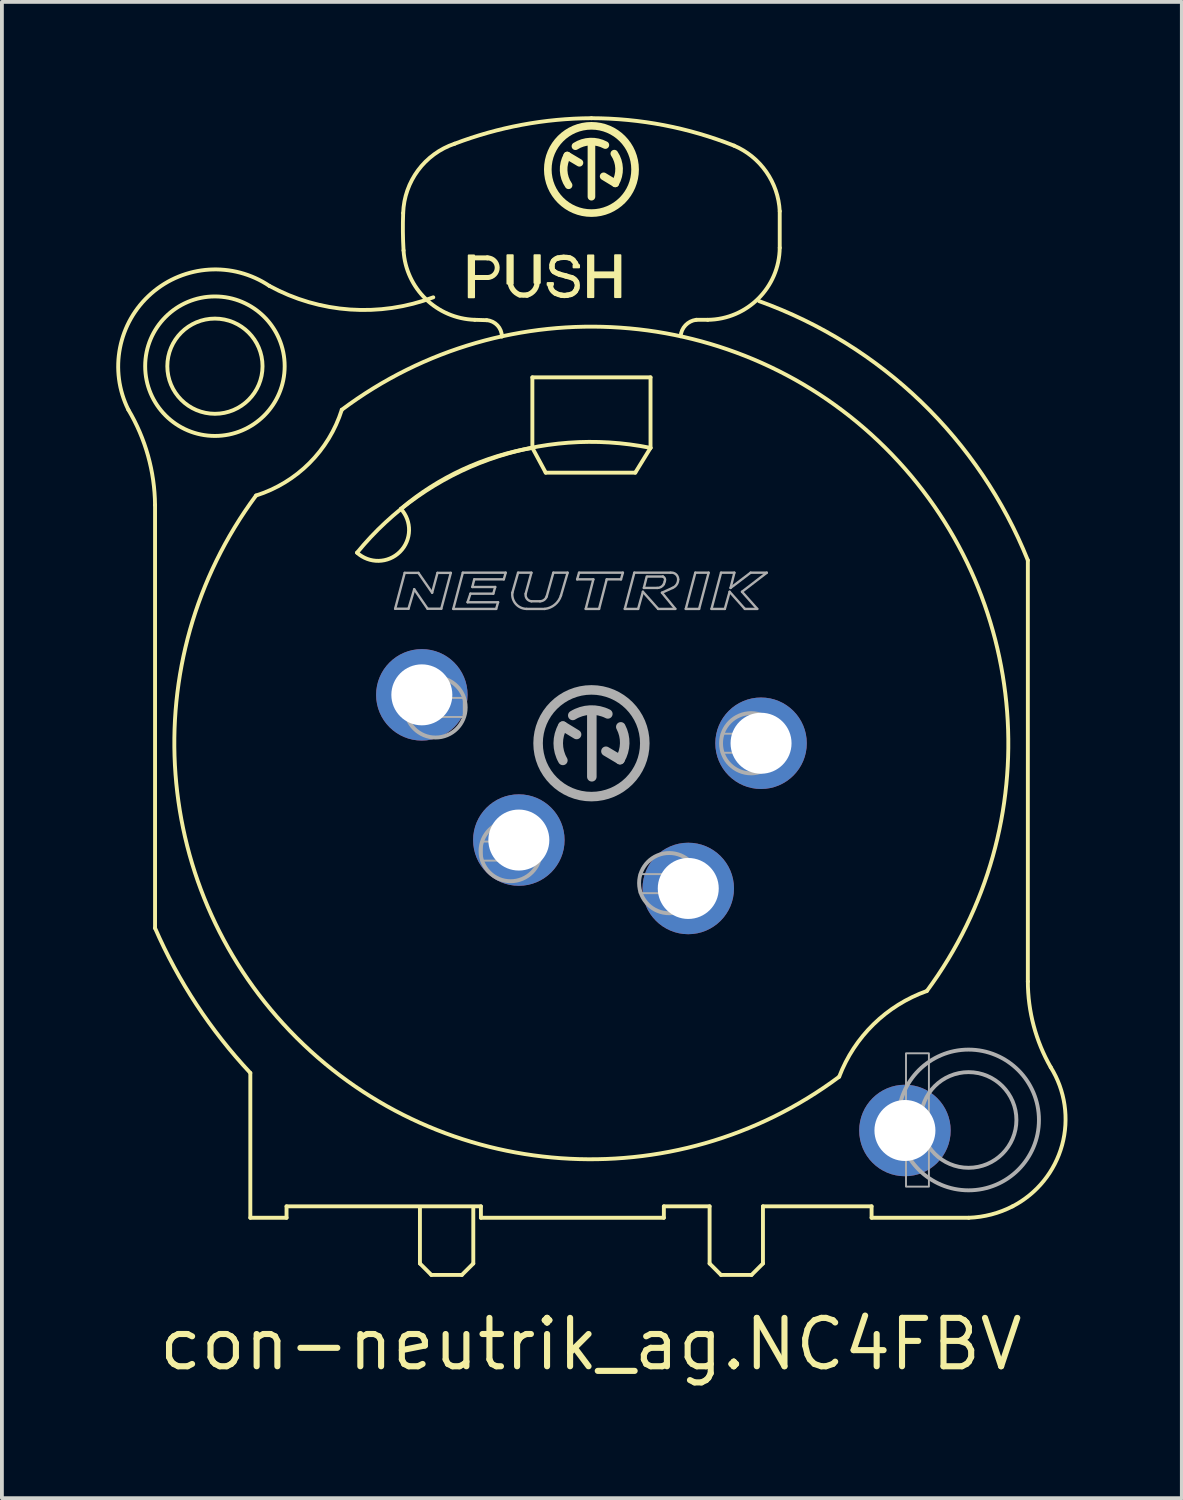
<source format=kicad_pcb>
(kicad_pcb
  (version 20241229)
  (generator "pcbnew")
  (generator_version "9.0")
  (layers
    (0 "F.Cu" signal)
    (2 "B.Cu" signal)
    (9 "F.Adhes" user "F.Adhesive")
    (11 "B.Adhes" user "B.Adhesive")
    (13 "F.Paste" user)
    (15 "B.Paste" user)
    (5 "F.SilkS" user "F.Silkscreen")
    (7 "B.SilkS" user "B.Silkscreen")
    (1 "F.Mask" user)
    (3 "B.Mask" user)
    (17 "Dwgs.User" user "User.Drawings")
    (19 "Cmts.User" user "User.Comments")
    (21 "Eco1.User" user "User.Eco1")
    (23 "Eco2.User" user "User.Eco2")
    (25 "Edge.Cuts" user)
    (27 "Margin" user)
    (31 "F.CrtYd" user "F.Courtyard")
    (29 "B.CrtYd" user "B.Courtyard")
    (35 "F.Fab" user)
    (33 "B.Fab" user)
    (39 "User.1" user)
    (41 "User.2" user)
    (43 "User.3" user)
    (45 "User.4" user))
  (footprint "con-neutrik_ag.NC4FBV"
    (layer "F.Cu")
    (at 12.468 16.451)
    (property "Reference" "con-neutrik_ag.NC4FBV" (at -11.43 16.51 0) (layer "F.SilkS") (effects (font (size 1.27 1.27) (thickness 0.16)) (justify left bottom)))
    (attr through_hole)
    (fp_line (start -11.45 -6.25) (end -11.45 4.85) (stroke (width 0.102) (type default)) (layer "F.SilkS"))
    (fp_line (start -8.95 8.65) (end -8.95 12.45) (stroke (width 0.102) (type default)) (layer "F.SilkS"))
    (fp_line (start -8.95 12.45) (end -8 12.45) (stroke (width 0.102) (type default)) (layer "F.SilkS"))
    (fp_line (start -8 12.15) (end -2.9 12.15) (stroke (width 0.102) (type default)) (layer "F.SilkS"))
    (fp_line (start -8 12.45) (end -8 12.15) (stroke (width 0.102) (type default)) (layer "F.SilkS"))
    (fp_line (start -4.5 12.2) (end -4.5 13.65) (stroke (width 0.102) (type default)) (layer "F.SilkS"))
    (fp_line (start -4.5 13.65) (end -4.2 13.95) (stroke (width 0.102) (type default)) (layer "F.SilkS"))
    (fp_line (start -4.2 13.95) (end -3.4 13.95) (stroke (width 0.102) (type default)) (layer "F.SilkS"))
    (fp_line (start -3.4 13.95) (end -3.1 13.65) (stroke (width 0.102) (type default)) (layer "F.SilkS"))
    (fp_line (start -3.13 -12.735) (end -2.73 -12.735) (stroke (width 0.13) (type default)) (layer "F.SilkS"))
    (fp_line (start -3.1 13.65) (end -3.1 12.2) (stroke (width 0.102) (type default)) (layer "F.SilkS"))
    (fp_line (start -2.9 12.15) (end -2.9 12.45) (stroke (width 0.102) (type default)) (layer "F.SilkS"))
    (fp_line (start -2.9 12.45) (end 1.9 12.45) (stroke (width 0.102) (type default)) (layer "F.SilkS"))
    (fp_line (start -2.75 -11.1) (end -3.06 -11.11) (stroke (width 0.102) (type default)) (layer "F.SilkS"))
    (fp_line (start -2.72 -12.22) (end -3.11 -12.22) (stroke (width 0.13) (type default)) (layer "F.SilkS"))
    (fp_line (start -1.55 -9.6) (end -1.55 -7.75) (stroke (width 0.102) (type default)) (layer "F.SilkS"))
    (fp_line (start -1.55 -7.75) (end -1.2 -7.1) (stroke (width 0.102) (type default)) (layer "F.SilkS"))
    (fp_line (start -1.2 -7.1) (end 1.15 -7.1) (stroke (width 0.102) (type default)) (layer "F.SilkS"))
    (fp_line (start -1.08 -12.01) (end -1.075 -11.985) (stroke (width 0.14) (type default)) (layer "F.SilkS"))
    (fp_line (start -0.315 -15.23) (end -0.635 -15.42) (stroke (width 0.2) (type default)) (layer "F.SilkS"))
    (fp_line (start 0 -14.34) (end 0 -15.73) (stroke (width 0.2) (type default)) (layer "F.SilkS"))
    (fp_line (start 0.32 -14.875) (end 0.625 -14.69) (stroke (width 0.2) (type default)) (layer "F.SilkS"))
    (fp_line (start 1.15 -7.1) (end 1.55 -7.75) (stroke (width 0.102) (type default)) (layer "F.SilkS"))
    (fp_line (start 1.55 -9.6) (end -1.55 -9.6) (stroke (width 0.102) (type default)) (layer "F.SilkS"))
    (fp_line (start 1.55 -7.75) (end 1.55 -9.6) (stroke (width 0.102) (type default)) (layer "F.SilkS"))
    (fp_line (start 1.9 12.15) (end 3.1 12.15) (stroke (width 0.102) (type default)) (layer "F.SilkS"))
    (fp_line (start 1.9 12.45) (end 1.9 12.15) (stroke (width 0.102) (type default)) (layer "F.SilkS"))
    (fp_line (start 3.1 12.15) (end 3.1 13.65) (stroke (width 0.102) (type default)) (layer "F.SilkS"))
    (fp_line (start 3.1 13.65) (end 3.4 13.95) (stroke (width 0.102) (type default)) (layer "F.SilkS"))
    (fp_line (start 3.4 13.95) (end 4.2 13.95) (stroke (width 0.102) (type default)) (layer "F.SilkS"))
    (fp_line (start 4.2 13.95) (end 4.5 13.65) (stroke (width 0.102) (type default)) (layer "F.SilkS"))
    (fp_line (start 4.5 12.15) (end 7.35 12.15) (stroke (width 0.102) (type default)) (layer "F.SilkS"))
    (fp_line (start 4.5 13.65) (end 4.5 12.15) (stroke (width 0.102) (type default)) (layer "F.SilkS"))
    (fp_line (start 4.94 -13.96) (end 4.94 -13) (stroke (width 0.102) (type default)) (layer "F.SilkS"))
    (fp_line (start 7.35 12.15) (end 7.35 12.45) (stroke (width 0.102) (type default)) (layer "F.SilkS"))
    (fp_line (start 7.35 12.45) (end 9.9 12.45) (stroke (width 0.102) (type default)) (layer "F.SilkS"))
    (fp_line (start 11.45 6.25) (end 11.45 -4.8) (stroke (width 0.102) (type default)) (layer "F.SilkS"))
    (fp_rect (start -3.22 -11.7) (end -3.08 -12.8) (stroke (width 0.05) (type default)) (fill yes) (layer "F.SilkS"))
    (fp_rect (start -2.205 -12.06) (end -2.065 -12.805) (stroke (width 0.05) (type default)) (fill yes) (layer "F.SilkS"))
    (fp_rect (start -1.495 -12.08) (end -1.355 -12.805) (stroke (width 0.05) (type default)) (fill yes) (layer "F.SilkS"))
    (fp_rect (start -1.15 -12.025) (end -1.01 -12.075) (stroke (width 0.05) (type default)) (fill yes) (layer "F.SilkS"))
    (fp_rect (start -0.47 -12.485) (end -0.325 -12.545) (stroke (width 0.05) (type default)) (fill yes) (layer "F.SilkS"))
    (fp_rect (start -0.09 -11.705) (end 0.05 -12.8) (stroke (width 0.05) (type default)) (fill yes) (layer "F.SilkS"))
    (fp_rect (start 0.035 -12.225) (end 0.64 -12.355) (stroke (width 0.05) (type default)) (fill yes) (layer "F.SilkS"))
    (fp_rect (start 0.62 -11.705) (end 0.76 -12.805) (stroke (width 0.05) (type default)) (fill yes) (layer "F.SilkS"))
    (fp_arc (start -12.15 -8.75) (mid -11.634641 -7.5463) (end -11.45 -6.25) (stroke (width 0.1016) (type default)) (layer "F.SilkS"))
    (fp_arc (start -12.15 -8.75) (mid -11.550563 -11.798718) (end -8.45 -12) (stroke (width 0.1016) (type default)) (layer "F.SilkS"))
    (fp_arc (start -8.95 8.65) (mid -10.362445 6.856872) (end -11.45 4.85) (stroke (width 0.1016) (type default)) (layer "F.SilkS"))
    (fp_arc (start -6.55 -8.75) (mid -7.399996 -7.349996) (end -8.8 -6.5) (stroke (width 0.1016) (type default)) (layer "F.SilkS"))
    (fp_arc (start -6.55 -8.75) (mid 7.709647 -7.752825) (end 8.8 6.5) (stroke (width 0.1016) (type default)) (layer "F.SilkS"))
    (fp_arc (start -6.15 -5) (mid -2.682297 -7.445431) (end 1.55 -7.75) (stroke (width 0.1016) (type default)) (layer "F.SilkS"))
    (fp_arc (start -5 -6.15) (mid -5.024457 -5.024457) (end -6.15 -5) (stroke (width 0.1016) (type default)) (layer "F.SilkS"))
    (fp_arc (start -5 -6.15) (mid -3.382475 -7.181744) (end -1.55 -7.75) (stroke (width 0.1016) (type default)) (layer "F.SilkS"))
    (fp_arc (start -4.94 -13.91) (mid -4.55018 -15.031535) (end -3.59 -15.73) (stroke (width 0.1016) (type default)) (layer "F.SilkS"))
    (fp_arc (start -4.93 -12.93) (mid -4.946992 -13.419878) (end -4.94 -13.91) (stroke (width 0.1016) (type default)) (layer "F.SilkS"))
    (fp_arc (start -4.15 -11.7) (mid -6.332781 -11.380141) (end -8.45 -12) (stroke (width 0.1016) (type default)) (layer "F.SilkS"))
    (fp_arc (start -3.59 -15.73) (mid -1.825069 -16.226116) (end 0 -16.4) (stroke (width 0.1016) (type default)) (layer "F.SilkS"))
    (fp_arc (start -3.06 -11.11) (mid -4.347878 -11.657427) (end -4.93 -12.93) (stroke (width 0.1016) (type default)) (layer "F.SilkS"))
    (fp_arc (start -2.75 -11.1) (mid -2.465454 -10.963647) (end -2.35 -10.67) (stroke (width 0.1016) (type default)) (layer "F.SilkS"))
    (fp_arc (start -2.73 -12.735) (mid -2.472451 -12.482404) (end -2.72 -12.22) (stroke (width 0.13) (type default)) (layer "F.SilkS"))
    (fp_arc (start -1.88 -11.765) (mid -2.064528 -11.907658) (end -2.135 -12.13) (stroke (width 0.14) (type default)) (layer "F.SilkS"))
    (fp_arc (start -1.69 -11.76) (mid -1.785118 -11.758012) (end -1.88 -11.765) (stroke (width 0.14) (type default)) (layer "F.SilkS"))
    (fp_arc (start -1.425 -12.13) (mid -1.491164 -11.897489) (end -1.69 -11.76) (stroke (width 0.14) (type default)) (layer "F.SilkS"))
    (fp_arc (start -1.035 -12.545) (mid -1.023242 -12.602997) (end -0.995 -12.655) (stroke (width 0.14) (type default)) (layer "F.SilkS"))
    (fp_arc (start -1.035 -12.475) (mid -1.035897 -12.51) (end -1.035 -12.545) (stroke (width 0.14) (type default)) (layer "F.SilkS"))
    (fp_arc (start -0.995 -12.655) (mid -0.944061 -12.70256) (end -0.88 -12.73) (stroke (width 0.14) (type default)) (layer "F.SilkS"))
    (fp_arc (start -0.98 -12.375) (mid -1.018985 -12.418684) (end -1.035 -12.475) (stroke (width 0.14) (type default)) (layer "F.SilkS"))
    (fp_arc (start -0.945 -11.81) (mid -1.029639 -11.882911) (end -1.075 -11.985) (stroke (width 0.14) (type default)) (layer "F.SilkS"))
    (fp_arc (start -0.88 -12.73) (mid -0.805495 -12.743715) (end -0.73 -12.75) (stroke (width 0.14) (type default)) (layer "F.SilkS"))
    (fp_arc (start -0.835 -12.305) (mid -0.910421 -12.33395) (end -0.98 -12.375) (stroke (width 0.14) (type default)) (layer "F.SilkS"))
    (fp_arc (start -0.785 -11.755) (mid -0.867193 -11.776119) (end -0.945 -11.81) (stroke (width 0.14) (type default)) (layer "F.SilkS"))
    (fp_arc (start -0.73 -12.75) (mid -0.654498 -12.747518) (end -0.58 -12.735) (stroke (width 0.14) (type default)) (layer "F.SilkS"))
    (fp_arc (start -0.67 -12.26) (mid -0.752692 -12.281798) (end -0.835 -12.305) (stroke (width 0.14) (type default)) (layer "F.SilkS"))
    (fp_arc (start -0.67 -12.26) (mid -0.592125 -12.238792) (end -0.515 -12.215) (stroke (width 0.14) (type default)) (layer "F.SilkS"))
    (fp_arc (start -0.635 -11.755) (mid -0.71 -11.748536) (end -0.785 -11.755) (stroke (width 0.14) (type default)) (layer "F.SilkS"))
    (fp_arc (start -0.6 -14.64) (mid -0.729533 -15.024973) (end -0.635 -15.42) (stroke (width 0.2) (type default)) (layer "F.SilkS"))
    (fp_arc (start -0.58 -12.735) (mid -0.525361 -12.712732) (end -0.48 -12.675) (stroke (width 0.14) (type default)) (layer "F.SilkS"))
    (fp_arc (start -0.545 -11.775) (mid -0.589766 -11.763948) (end -0.635 -11.755) (stroke (width 0.14) (type default)) (layer "F.SilkS"))
    (fp_arc (start -0.515 -12.215) (mid -0.43997 -12.171119) (end -0.39 -12.1) (stroke (width 0.14) (type default)) (layer "F.SilkS"))
    (fp_arc (start -0.48 -12.675) (mid -0.448393 -12.636205) (end -0.42 -12.595) (stroke (width 0.14) (type default)) (layer "F.SilkS"))
    (fp_arc (start -0.42 -15.665) (mid -0.031558 -15.786174) (end 0.365 -15.695) (stroke (width 0.2) (type default)) (layer "F.SilkS"))
    (fp_arc (start -0.42 -12.595) (mid -0.409614 -12.577721) (end -0.4 -12.56) (stroke (width 0.14) (type default)) (layer "F.SilkS"))
    (fp_arc (start -0.42 -11.865) (mid -0.474346 -11.808675) (end -0.545 -11.775) (stroke (width 0.14) (type default)) (layer "F.SilkS"))
    (fp_arc (start -0.39 -12.1) (mid -0.372108 -12.017966) (end -0.385 -11.935) (stroke (width 0.14) (type default)) (layer "F.SilkS"))
    (fp_arc (start -0.385 -11.935) (mid -0.40031 -11.898905) (end -0.42 -11.865) (stroke (width 0.14) (type default)) (layer "F.SilkS"))
    (fp_arc (start 0 -16.4) (mid 1.903896 -16.21607) (end 3.74 -15.68) (stroke (width 0.1016) (type default)) (layer "F.SilkS"))
    (fp_arc (start 0.6 -15.47) (mid 0.725239 -15.083613) (end 0.625 -14.69) (stroke (width 0.2) (type default)) (layer "F.SilkS"))
    (fp_arc (start 2.34 -10.68) (mid 2.468258 -10.968173) (end 2.75 -11.11) (stroke (width 0.1016) (type default)) (layer "F.SilkS"))
    (fp_arc (start 2.75 -11.11) (mid 2.9 -11.110782) (end 3.05 -11.11) (stroke (width 0.1016) (type default)) (layer "F.SilkS"))
    (fp_arc (start 3.74 -15.68) (mid 4.587041 -14.992354) (end 4.94 -13.96) (stroke (width 0.1016) (type default)) (layer "F.SilkS"))
    (fp_arc (start 4.4 -11.6) (mid 8.653125 -8.954894) (end 11.45 -4.8) (stroke (width 0.1016) (type default)) (layer "F.SilkS"))
    (fp_arc (start 4.94 -13) (mid 4.380591 -11.669409) (end 3.05 -11.11) (stroke (width 0.1016) (type default)) (layer "F.SilkS"))
    (fp_arc (start 6.5 8.75) (mid -7.733301 7.729886) (end -8.8 -6.5) (stroke (width 0.1016) (type default)) (layer "F.SilkS"))
    (fp_arc (start 6.5 8.75) (mid 7.402461 7.37196) (end 8.8 6.5) (stroke (width 0.1016) (type default)) (layer "F.SilkS"))
    (fp_arc (start 11.05 12.15) (mid 10.491533 12.363377) (end 9.9 12.45) (stroke (width 0.1016) (type default)) (layer "F.SilkS"))
    (fp_arc (start 12.05 8.5) (mid 12.348211 10.543688) (end 11.05 12.15) (stroke (width 0.1016) (type default)) (layer "F.SilkS"))
    (fp_arc (start 12.05 8.5) (mid 11.603713 7.41401) (end 11.45 6.25) (stroke (width 0.1016) (type default)) (layer "F.SilkS"))
    (fp_circle (center -9.879 -9.893) (end -8.63 -9.893) (stroke (width 0.102) (type default)) (fill no) (layer "F.SilkS"))
    (fp_circle (center -9.879 -9.893) (end -8.049 -9.893) (stroke (width 0.102) (type default)) (fill no) (layer "F.SilkS"))
    (fp_circle (center 0 -15.055) (end 1.145 -15.055) (stroke (width 0.2) (type default)) (fill no) (layer "F.SilkS"))
    (fp_line (start -5.15 -3.53) (end -4.9 -4.47) (stroke (width 0.063) (type default)) (layer "F.Fab"))
    (fp_line (start -4.9 -4.47) (end -4.54 -4.47) (stroke (width 0.063) (type default)) (layer "F.Fab"))
    (fp_line (start -4.8 -3.53) (end -5.15 -3.53) (stroke (width 0.063) (type default)) (layer "F.Fab"))
    (fp_line (start -4.65 -4.04) (end -4.8 -3.53) (stroke (width 0.063) (type default)) (layer "F.Fab"))
    (fp_line (start -4.54 -4.47) (end -4.18 -3.95) (stroke (width 0.063) (type default)) (layer "F.Fab"))
    (fp_line (start -4.3 -3.53) (end -4.65 -4.04) (stroke (width 0.063) (type default)) (layer "F.Fab"))
    (fp_line (start -4.18 -3.95) (end -4.04 -4.47) (stroke (width 0.063) (type default)) (layer "F.Fab"))
    (fp_line (start -4.04 -4.47) (end -3.69 -4.47) (stroke (width 0.063) (type default)) (layer "F.Fab"))
    (fp_line (start -3.94 -3.53) (end -4.3 -3.53) (stroke (width 0.063) (type default)) (layer "F.Fab"))
    (fp_line (start -3.69 -4.47) (end -3.94 -3.53) (stroke (width 0.063) (type default)) (layer "F.Fab"))
    (fp_line (start -3.625 -3.525) (end -3.375 -4.475) (stroke (width 0.063) (type default)) (layer "F.Fab"))
    (fp_line (start -3.375 -4.475) (end -2.25 -4.475) (stroke (width 0.063) (type default)) (layer "F.Fab"))
    (fp_line (start -3.25 -3.7) (end -2.45 -3.7) (stroke (width 0.063) (type default)) (layer "F.Fab"))
    (fp_line (start -3.175 -3.925) (end -3.25 -3.7) (stroke (width 0.063) (type default)) (layer "F.Fab"))
    (fp_line (start -3.125 -4.1) (end -2.525 -4.1) (stroke (width 0.063) (type default)) (layer "F.Fab"))
    (fp_line (start -3.075 -4.3) (end -3.125 -4.1) (stroke (width 0.063) (type default)) (layer "F.Fab"))
    (fp_line (start -2.575 -3.925) (end -3.175 -3.925) (stroke (width 0.063) (type default)) (layer "F.Fab"))
    (fp_line (start -2.525 -4.1) (end -2.575 -3.925) (stroke (width 0.063) (type default)) (layer "F.Fab"))
    (fp_line (start -2.5 -3.525) (end -3.625 -3.525) (stroke (width 0.063) (type default)) (layer "F.Fab"))
    (fp_line (start -2.45 -3.7) (end -2.5 -3.525) (stroke (width 0.063) (type default)) (layer "F.Fab"))
    (fp_line (start -2.3 -4.3) (end -3.075 -4.3) (stroke (width 0.063) (type default)) (layer "F.Fab"))
    (fp_line (start -2.25 -4.475) (end -2.3 -4.3) (stroke (width 0.063) (type default)) (layer "F.Fab"))
    (fp_line (start -2.075 -3.95) (end -1.925 -4.475) (stroke (width 0.063) (type default)) (layer "F.Fab"))
    (fp_line (start -1.925 -4.475) (end -1.575 -4.475) (stroke (width 0.063) (type default)) (layer "F.Fab"))
    (fp_line (start -1.575 -4.475) (end -1.725 -3.925) (stroke (width 0.063) (type default)) (layer "F.Fab"))
    (fp_line (start -1.575 -3.725) (end -1.35 -3.725) (stroke (width 0.063) (type default)) (layer "F.Fab"))
    (fp_line (start -1.225 -3.525) (end -1.7 -3.525) (stroke (width 0.063) (type default)) (layer "F.Fab"))
    (fp_line (start -1.175 -3.85) (end -1 -4.475) (stroke (width 0.063) (type default)) (layer "F.Fab"))
    (fp_line (start -1 -4.475) (end -0.625 -4.475) (stroke (width 0.063) (type default)) (layer "F.Fab"))
    (fp_line (start -0.75 -0.45) (end -0.39 -0.23) (stroke (width 0.25) (type default)) (layer "F.Fab"))
    (fp_line (start -0.625 -4.475) (end -0.8 -3.875) (stroke (width 0.063) (type default)) (layer "F.Fab"))
    (fp_line (start -0.375 -4.3) (end -0.325 -4.475) (stroke (width 0.063) (type default)) (layer "F.Fab"))
    (fp_line (start -0.325 -4.475) (end 0.825 -4.475) (stroke (width 0.063) (type default)) (layer "F.Fab"))
    (fp_line (start -0.15 -3.525) (end 0.05 -4.3) (stroke (width 0.063) (type default)) (layer "F.Fab"))
    (fp_line (start 0.01 0.88) (end 0.01 -0.78) (stroke (width 0.25) (type default)) (layer "F.Fab"))
    (fp_line (start 0.05 -4.3) (end -0.375 -4.3) (stroke (width 0.063) (type default)) (layer "F.Fab"))
    (fp_line (start 0.2 -3.525) (end -0.15 -3.525) (stroke (width 0.063) (type default)) (layer "F.Fab"))
    (fp_line (start 0.38 0.21) (end 0.75 0.43) (stroke (width 0.25) (type default)) (layer "F.Fab"))
    (fp_line (start 0.4 -4.3) (end 0.2 -3.525) (stroke (width 0.063) (type default)) (layer "F.Fab"))
    (fp_line (start 0.775 -4.3) (end 0.4 -4.3) (stroke (width 0.063) (type default)) (layer "F.Fab"))
    (fp_line (start 0.825 -4.475) (end 0.775 -4.3) (stroke (width 0.063) (type default)) (layer "F.Fab"))
    (fp_line (start 0.875 -3.525) (end 1.125 -4.475) (stroke (width 0.063) (type default)) (layer "F.Fab"))
    (fp_line (start 1.125 -4.475) (end 2.075 -4.475) (stroke (width 0.063) (type default)) (layer "F.Fab"))
    (fp_line (start 1.225 -3.525) (end 0.875 -3.525) (stroke (width 0.063) (type default)) (layer "F.Fab"))
    (fp_line (start 1.35 -3.975) (end 1.225 -3.525) (stroke (width 0.063) (type default)) (layer "F.Fab"))
    (fp_line (start 1.375 -4.075) (end 1.725 -4.075) (stroke (width 0.063) (type default)) (layer "F.Fab"))
    (fp_line (start 1.45 -4.375) (end 1.375 -4.075) (stroke (width 0.063) (type default)) (layer "F.Fab"))
    (fp_line (start 1.75 -3.525) (end 1.35 -3.975) (stroke (width 0.063) (type default)) (layer "F.Fab"))
    (fp_line (start 1.85 -3.95) (end 2.2 -3.525) (stroke (width 0.063) (type default)) (layer "F.Fab"))
    (fp_line (start 1.875 -4.375) (end 1.475 -4.375) (stroke (width 0.063) (type default)) (layer "F.Fab"))
    (fp_line (start 1.9 -4.175) (end 1.925 -4.25) (stroke (width 0.063) (type default)) (layer "F.Fab"))
    (fp_line (start 2.125 -4.075) (end 1.85 -3.95) (stroke (width 0.063) (type default)) (layer "F.Fab"))
    (fp_line (start 2.2 -3.525) (end 1.75 -3.525) (stroke (width 0.063) (type default)) (layer "F.Fab"))
    (fp_line (start 2.475 -3.525) (end 2.725 -4.475) (stroke (width 0.063) (type default)) (layer "F.Fab"))
    (fp_line (start 2.725 -4.475) (end 3.075 -4.475) (stroke (width 0.063) (type default)) (layer "F.Fab"))
    (fp_line (start 2.825 -3.525) (end 2.475 -3.525) (stroke (width 0.063) (type default)) (layer "F.Fab"))
    (fp_line (start 3.075 -4.475) (end 2.825 -3.525) (stroke (width 0.063) (type default)) (layer "F.Fab"))
    (fp_line (start 3.15 -3.525) (end 3.5 -3.525) (stroke (width 0.063) (type default)) (layer "F.Fab"))
    (fp_line (start 3.4 -4.475) (end 3.15 -3.525) (stroke (width 0.063) (type default)) (layer "F.Fab"))
    (fp_line (start 3.5 -3.525) (end 3.625 -3.975) (stroke (width 0.063) (type default)) (layer "F.Fab"))
    (fp_line (start 3.625 -3.975) (end 4.025 -3.525) (stroke (width 0.063) (type default)) (layer "F.Fab"))
    (fp_line (start 3.65 -4.075) (end 3.75 -4.475) (stroke (width 0.063) (type default)) (layer "F.Fab"))
    (fp_line (start 3.75 -4.475) (end 3.4 -4.475) (stroke (width 0.063) (type default)) (layer "F.Fab"))
    (fp_line (start 3.95 -3.975) (end 4.6 -4.475) (stroke (width 0.063) (type default)) (layer "F.Fab"))
    (fp_line (start 4.025 -3.525) (end 4.35 -3.525) (stroke (width 0.063) (type default)) (layer "F.Fab"))
    (fp_line (start 4.175 -4.475) (end 3.65 -4.075) (stroke (width 0.063) (type default)) (layer "F.Fab"))
    (fp_line (start 4.35 -3.525) (end 3.95 -3.975) (stroke (width 0.063) (type default)) (layer "F.Fab"))
    (fp_line (start 4.6 -4.475) (end 4.175 -4.475) (stroke (width 0.063) (type default)) (layer "F.Fab"))
    (fp_rect (start -4.85 -0.69) (end -3.35 -1.19) (stroke (width 0.05) (type default)) (fill no) (layer "F.Fab"))
    (fp_rect (start -2.88 3.08) (end -1.36 2.58) (stroke (width 0.05) (type default)) (fill no) (layer "F.Fab"))
    (fp_rect (start 1.266 3.933) (end 2.796 3.433) (stroke (width 0.05) (type default)) (fill no) (layer "F.Fab"))
    (fp_rect (start 3.42 0.25) (end 4.95 -0.25) (stroke (width 0.05) (type default)) (fill no) (layer "F.Fab"))
    (fp_rect (start 8.253 11.633) (end 8.854 8.135) (stroke (width 0.05) (type default)) (fill no) (layer "F.Fab"))
    (fp_arc (start -1.7 -3.525) (mid -1.982521 -3.653658) (end -2.075 -3.95) (stroke (width 0.0634) (type default)) (layer "F.Fab"))
    (fp_arc (start -1.575 -3.725) (mid -1.69424 -3.79182) (end -1.725 -3.925) (stroke (width 0.0634) (type default)) (layer "F.Fab"))
    (fp_arc (start -1.175 -3.85) (mid -1.243066 -3.760293) (end -1.35 -3.725) (stroke (width 0.0634) (type default)) (layer "F.Fab"))
    (fp_arc (start -0.8 -3.875) (mid -0.960299 -3.636613) (end -1.225 -3.525) (stroke (width 0.0634) (type default)) (layer "F.Fab"))
    (fp_arc (start -0.75 0.45) (mid -0.871403 0) (end -0.75 -0.45) (stroke (width 0.25) (type default)) (layer "F.Fab"))
    (fp_arc (start -0.49 -0.73) (mid -0.035246 -0.870662) (end 0.43 -0.77) (stroke (width 0.25) (type default)) (layer "F.Fab"))
    (fp_arc (start 0.77 -0.43) (mid 0.873225 0.002633) (end 0.75 0.43) (stroke (width 0.25) (type default)) (layer "F.Fab"))
    (fp_arc (start 1.875 -4.375) (mid 1.925888 -4.322855) (end 1.925 -4.25) (stroke (width 0.0634) (type default)) (layer "F.Fab"))
    (fp_arc (start 1.9 -4.175) (mid 1.82636 -4.100745) (end 1.725 -4.075) (stroke (width 0.0634) (type default)) (layer "F.Fab"))
    (fp_arc (start 2.075 -4.475) (mid 2.215618 -4.433921) (end 2.275 -4.3) (stroke (width 0.0634) (type default)) (layer "F.Fab"))
    (fp_arc (start 2.275 -4.3) (mid 2.235142 -4.164072) (end 2.125 -4.075) (stroke (width 0.0634) (type default)) (layer "F.Fab"))
    (fp_circle (center -4.09 -0.94) (end -3.3 -0.94) (stroke (width 0.102) (type default)) (fill no) (layer "F.Fab"))
    (fp_circle (center -2.12 2.83) (end -1.33 2.83) (stroke (width 0.102) (type default)) (fill no) (layer "F.Fab"))
    (fp_circle (center 0 0) (end 1.4 0) (stroke (width 0.25) (type default)) (fill no) (layer "F.Fab"))
    (fp_circle (center 2.04 3.67) (end 2.83 3.67) (stroke (width 0.102) (type default)) (fill no) (layer "F.Fab"))
    (fp_circle (center 4.19 0) (end 4.98 0) (stroke (width 0.102) (type default)) (fill no) (layer "F.Fab"))
    (fp_circle (center 9.895 9.884) (end 11.15 9.884) (stroke (width 0.102) (type default)) (fill no) (layer "F.Fab"))
    (fp_circle (center 9.895 9.884) (end 11.741 9.884) (stroke (width 0.102) (type default)) (fill no) (layer "F.Fab"))
    (pad "1" thru_hole circle (at 4.45 0) (size 2.4 2.4) (drill 1.6) (layers "*.Cu" "*.Mask"))
    (pad "2" thru_hole circle (at 2.54 3.81) (size 2.4 2.4) (drill 1.6) (layers "*.Cu" "*.Mask"))
    (pad "3" thru_hole circle (at -1.905 2.54) (size 2.4 2.4) (drill 1.6) (layers "*.Cu" "*.Mask"))
    (pad "4" thru_hole circle (at -4.45 -1.27) (size 2.4 2.4) (drill 1.6) (layers "*.Cu" "*.Mask"))
    (pad "G" thru_hole circle (at 8.225 10.16) (size 2.4 2.4) (drill 1.6) (layers "*.Cu" "*.Mask")))
  (gr_rect
    (start -3 -3)
    (end 27.958 36.258)
    (stroke (width 0.1) (type default))
    (fill no)
    (layer "Edge.Cuts")))
</source>
